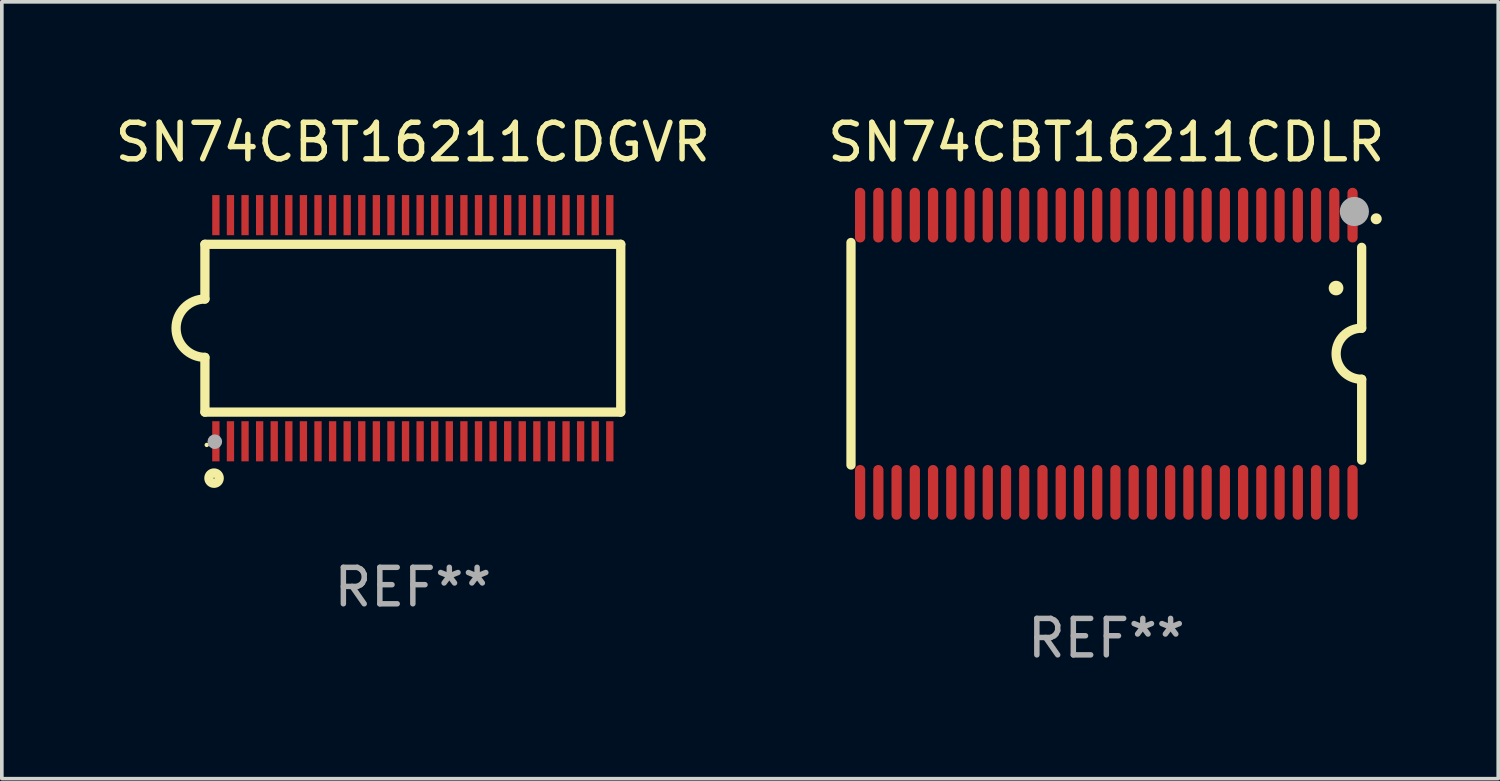
<source format=kicad_pcb>
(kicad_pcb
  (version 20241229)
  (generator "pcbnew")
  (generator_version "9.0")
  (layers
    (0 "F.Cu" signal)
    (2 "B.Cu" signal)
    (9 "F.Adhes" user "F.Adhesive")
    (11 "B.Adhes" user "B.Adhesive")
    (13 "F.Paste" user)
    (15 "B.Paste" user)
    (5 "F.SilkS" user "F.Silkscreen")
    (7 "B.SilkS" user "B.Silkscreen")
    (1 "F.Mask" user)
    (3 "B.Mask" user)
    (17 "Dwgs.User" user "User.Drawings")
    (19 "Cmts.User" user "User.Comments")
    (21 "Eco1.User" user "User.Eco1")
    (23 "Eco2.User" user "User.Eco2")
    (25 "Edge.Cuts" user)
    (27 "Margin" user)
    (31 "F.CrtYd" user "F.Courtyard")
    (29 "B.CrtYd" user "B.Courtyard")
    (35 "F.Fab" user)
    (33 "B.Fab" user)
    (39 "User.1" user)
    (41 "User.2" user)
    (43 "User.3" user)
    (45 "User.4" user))
  (footprint "SN74CBT16211CDGVR"
    (layer "F.Cu")
    (at 8.268 5.948)
    (property "Reference" "SN74CBT16211CDGVR" (at 0 -5.1 0) (layer "F.SilkS") (effects (font (size 1 1) (thickness 0.15))))
    (attr through_hole)
    (fp_line (start -5.7 -2.3) (end -5.7 -0.8) (stroke (width 0.254) (type solid)) (layer "F.SilkS"))
    (fp_line (start -5.7 -2.3) (end 5.7 -2.3) (stroke (width 0.254) (type solid)) (layer "F.SilkS"))
    (fp_line (start -5.7 2.3) (end -5.7 0.8) (stroke (width 0.254) (type solid)) (layer "F.SilkS"))
    (fp_line (start -5.7 2.3) (end 5.7 2.3) (stroke (width 0.254) (type solid)) (layer "F.SilkS"))
    (fp_line (start 5.7 -2.3) (end 5.7 2.3) (stroke (width 0.254) (type solid)) (layer "F.SilkS"))
    (fp_arc (start -5.700013 0.800025) (mid -6.500343 -0.000382) (end -5.699962 -0.800737) (stroke (width 0.254001) (type solid)) (layer "F.SilkS"))
    (fp_circle (center -5.65 3.2) (end -5.62 3.2) (stroke (width 0.06) (type solid)) (fill no) (layer "F.SilkS"))
    (fp_circle (center -5.45 4.11) (end -5.309 4.11) (stroke (width 0.254) (type solid)) (fill no) (layer "F.SilkS"))
    (fp_circle (center -5.43 3.11) (end -5.33 3.11) (stroke (width 0.2) (type solid)) (fill no) (layer "F.Fab"))
    (fp_text user "REF**" (at 0 7.1 0) (layer "F.Fab") (effects (font (size 1 1) (thickness 0.15))))
    (pad "1" smd rect (at -5.4 3.1) (size 0.2 1.1) (layers "F.Cu" "F.Mask" "F.Paste"))
    (pad "2" smd rect (at -5 3.1) (size 0.2 1.1) (layers "F.Cu" "F.Mask" "F.Paste"))
    (pad "3" smd rect (at -4.6 3.1) (size 0.2 1.1) (layers "F.Cu" "F.Mask" "F.Paste"))
    (pad "4" smd rect (at -4.2 3.1) (size 0.2 1.1) (layers "F.Cu" "F.Mask" "F.Paste"))
    (pad "5" smd rect (at -3.8 3.1) (size 0.2 1.1) (layers "F.Cu" "F.Mask" "F.Paste"))
    (pad "6" smd rect (at -3.4 3.1) (size 0.2 1.1) (layers "F.Cu" "F.Mask" "F.Paste"))
    (pad "7" smd rect (at -3 3.1) (size 0.2 1.1) (layers "F.Cu" "F.Mask" "F.Paste"))
    (pad "8" smd rect (at -2.6 3.1) (size 0.2 1.1) (layers "F.Cu" "F.Mask" "F.Paste"))
    (pad "9" smd rect (at -2.2 3.1) (size 0.2 1.1) (layers "F.Cu" "F.Mask" "F.Paste"))
    (pad "10" smd rect (at -1.8 3.1) (size 0.2 1.1) (layers "F.Cu" "F.Mask" "F.Paste"))
    (pad "11" smd rect (at -1.4 3.1) (size 0.2 1.1) (layers "F.Cu" "F.Mask" "F.Paste"))
    (pad "12" smd rect (at -1 3.1) (size 0.2 1.1) (layers "F.Cu" "F.Mask" "F.Paste"))
    (pad "13" smd rect (at -0.6 3.1) (size 0.2 1.1) (layers "F.Cu" "F.Mask" "F.Paste"))
    (pad "14" smd rect (at -0.2 3.1) (size 0.2 1.1) (layers "F.Cu" "F.Mask" "F.Paste"))
    (pad "15" smd rect (at 0.2 3.1) (size 0.2 1.1) (layers "F.Cu" "F.Mask" "F.Paste"))
    (pad "16" smd rect (at 0.6 3.1) (size 0.2 1.1) (layers "F.Cu" "F.Mask" "F.Paste"))
    (pad "17" smd rect (at 1 3.1) (size 0.2 1.1) (layers "F.Cu" "F.Mask" "F.Paste"))
    (pad "18" smd rect (at 1.4 3.1) (size 0.2 1.1) (layers "F.Cu" "F.Mask" "F.Paste"))
    (pad "19" smd rect (at 1.8 3.1) (size 0.2 1.1) (layers "F.Cu" "F.Mask" "F.Paste"))
    (pad "20" smd rect (at 2.2 3.1) (size 0.2 1.1) (layers "F.Cu" "F.Mask" "F.Paste"))
    (pad "21" smd rect (at 2.6 3.1) (size 0.2 1.1) (layers "F.Cu" "F.Mask" "F.Paste"))
    (pad "22" smd rect (at 3 3.1) (size 0.2 1.1) (layers "F.Cu" "F.Mask" "F.Paste"))
    (pad "23" smd rect (at 3.4 3.1) (size 0.2 1.1) (layers "F.Cu" "F.Mask" "F.Paste"))
    (pad "24" smd rect (at 3.8 3.1) (size 0.2 1.1) (layers "F.Cu" "F.Mask" "F.Paste"))
    (pad "25" smd rect (at 4.2 3.1) (size 0.2 1.1) (layers "F.Cu" "F.Mask" "F.Paste"))
    (pad "26" smd rect (at 4.6 3.1) (size 0.2 1.1) (layers "F.Cu" "F.Mask" "F.Paste"))
    (pad "27" smd rect (at 5 3.1) (size 0.2 1.1) (layers "F.Cu" "F.Mask" "F.Paste"))
    (pad "28" smd rect (at 5.4 3.1) (size 0.2 1.1) (layers "F.Cu" "F.Mask" "F.Paste"))
    (pad "29" smd rect (at 5.4 -3.1) (size 0.2 1.1) (layers "F.Cu" "F.Mask" "F.Paste"))
    (pad "30" smd rect (at 5 -3.1) (size 0.2 1.1) (layers "F.Cu" "F.Mask" "F.Paste"))
    (pad "31" smd rect (at 4.6 -3.1) (size 0.2 1.1) (layers "F.Cu" "F.Mask" "F.Paste"))
    (pad "32" smd rect (at 4.2 -3.1) (size 0.2 1.1) (layers "F.Cu" "F.Mask" "F.Paste"))
    (pad "33" smd rect (at 3.8 -3.1) (size 0.2 1.1) (layers "F.Cu" "F.Mask" "F.Paste"))
    (pad "34" smd rect (at 3.4 -3.1) (size 0.2 1.1) (layers "F.Cu" "F.Mask" "F.Paste"))
    (pad "35" smd rect (at 3 -3.1) (size 0.2 1.1) (layers "F.Cu" "F.Mask" "F.Paste"))
    (pad "36" smd rect (at 2.6 -3.1) (size 0.2 1.1) (layers "F.Cu" "F.Mask" "F.Paste"))
    (pad "37" smd rect (at 2.2 -3.1) (size 0.2 1.1) (layers "F.Cu" "F.Mask" "F.Paste"))
    (pad "38" smd rect (at 1.8 -3.1) (size 0.2 1.1) (layers "F.Cu" "F.Mask" "F.Paste"))
    (pad "39" smd rect (at 1.4 -3.1) (size 0.2 1.1) (layers "F.Cu" "F.Mask" "F.Paste"))
    (pad "40" smd rect (at 1 -3.1) (size 0.2 1.1) (layers "F.Cu" "F.Mask" "F.Paste"))
    (pad "41" smd rect (at 0.6 -3.1) (size 0.2 1.1) (layers "F.Cu" "F.Mask" "F.Paste"))
    (pad "42" smd rect (at 0.2 -3.1) (size 0.2 1.1) (layers "F.Cu" "F.Mask" "F.Paste"))
    (pad "43" smd rect (at -0.2 -3.1) (size 0.2 1.1) (layers "F.Cu" "F.Mask" "F.Paste"))
    (pad "44" smd rect (at -0.6 -3.1) (size 0.2 1.1) (layers "F.Cu" "F.Mask" "F.Paste"))
    (pad "45" smd rect (at -1 -3.1) (size 0.2 1.1) (layers "F.Cu" "F.Mask" "F.Paste"))
    (pad "46" smd rect (at -1.4 -3.1) (size 0.2 1.1) (layers "F.Cu" "F.Mask" "F.Paste"))
    (pad "47" smd rect (at -1.8 -3.1) (size 0.2 1.1) (layers "F.Cu" "F.Mask" "F.Paste"))
    (pad "48" smd rect (at -2.2 -3.1) (size 0.2 1.1) (layers "F.Cu" "F.Mask" "F.Paste"))
    (pad "49" smd rect (at -2.6 -3.1) (size 0.2 1.1) (layers "F.Cu" "F.Mask" "F.Paste"))
    (pad "50" smd rect (at -3 -3.1) (size 0.2 1.1) (layers "F.Cu" "F.Mask" "F.Paste"))
    (pad "51" smd rect (at -3.4 -3.1) (size 0.2 1.1) (layers "F.Cu" "F.Mask" "F.Paste"))
    (pad "52" smd rect (at -3.8 -3.1) (size 0.2 1.1) (layers "F.Cu" "F.Mask" "F.Paste"))
    (pad "53" smd rect (at -4.2 -3.1) (size 0.2 1.1) (layers "F.Cu" "F.Mask" "F.Paste"))
    (pad "54" smd rect (at -4.6 -3.1) (size 0.2 1.1) (layers "F.Cu" "F.Mask" "F.Paste"))
    (pad "55" smd rect (at -5 -3.1) (size 0.2 1.1) (layers "F.Cu" "F.Mask" "F.Paste"))
    (pad "56" smd rect (at -5.4 -3.1) (size 0.2 1.1) (layers "F.Cu" "F.Mask" "F.Paste")))
  (footprint "SN74CBT16211CDLR"
    (layer "F.Cu")
    (at 27.28 6.648)
    (property "Reference" "SN74CBT16211CDLR" (at 0 -5.8 0) (layer "F.SilkS") (effects (font (size 1 1) (thickness 0.15))))
    (attr through_hole)
    (fp_line (start -7 3.05) (end -7 -3.05) (stroke (width 0.254) (type solid)) (layer "F.SilkS"))
    (fp_line (start 7 -2.917) (end 7 -0.7) (stroke (width 0.254) (type solid)) (layer "F.SilkS"))
    (fp_line (start 7 2.917) (end 7 0.7) (stroke (width 0.254) (type solid)) (layer "F.SilkS"))
    (fp_arc (start 6.296673 -1.800889) (mid 6.297943 -1.800893) (end 6.299213 -1.800889) (stroke (width 0.4) (type solid)) (layer "F.SilkS"))
    (fp_arc (start 7.000025 0.699975) (mid 6.299746 -0.000661) (end 7.000255 -0.701067) (stroke (width 0.254001) (type solid)) (layer "F.SilkS"))
    (fp_arc (start 7.397485 -3.700025) (mid 7.398755 -3.70003) (end 7.400025 -3.700025) (stroke (width 0.3) (type solid)) (layer "F.SilkS"))
    (fp_circle (center 7 -4.05) (end 7.03 -4.05) (stroke (width 0.06) (type solid)) (fill no) (layer "F.SilkS"))
    (fp_circle (center 6.8 -3.9) (end 7 -3.9) (stroke (width 0.4) (type solid)) (fill no) (layer "F.Fab"))
    (fp_text user "REF**" (at 0 7.8 0) (layer "F.Fab") (effects (font (size 1 1) (thickness 0.15))))
    (pad "1" smd oval (at 6.75 -3.8 180) (size 0.28 1.5) (layers "F.Cu" "F.Mask" "F.Paste"))
    (pad "2" smd oval (at 6.25 -3.8 180) (size 0.28 1.5) (layers "F.Cu" "F.Mask" "F.Paste"))
    (pad "3" smd oval (at 5.75 -3.8 180) (size 0.28 1.5) (layers "F.Cu" "F.Mask" "F.Paste"))
    (pad "4" smd oval (at 5.25 -3.8 180) (size 0.28 1.5) (layers "F.Cu" "F.Mask" "F.Paste"))
    (pad "5" smd oval (at 4.75 -3.8 180) (size 0.28 1.5) (layers "F.Cu" "F.Mask" "F.Paste"))
    (pad "6" smd oval (at 4.25 -3.8 180) (size 0.28 1.5) (layers "F.Cu" "F.Mask" "F.Paste"))
    (pad "7" smd oval (at 3.75 -3.8 180) (size 0.28 1.5) (layers "F.Cu" "F.Mask" "F.Paste"))
    (pad "8" smd oval (at 3.25 -3.8 180) (size 0.28 1.5) (layers "F.Cu" "F.Mask" "F.Paste"))
    (pad "9" smd oval (at 2.75 -3.8 180) (size 0.28 1.5) (layers "F.Cu" "F.Mask" "F.Paste"))
    (pad "10" smd oval (at 2.25 -3.8 180) (size 0.28 1.5) (layers "F.Cu" "F.Mask" "F.Paste"))
    (pad "11" smd oval (at 1.75 -3.8 180) (size 0.28 1.5) (layers "F.Cu" "F.Mask" "F.Paste"))
    (pad "12" smd oval (at 1.25 -3.8 180) (size 0.28 1.5) (layers "F.Cu" "F.Mask" "F.Paste"))
    (pad "13" smd oval (at 0.75 -3.8 180) (size 0.28 1.5) (layers "F.Cu" "F.Mask" "F.Paste"))
    (pad "14" smd oval (at 0.25 -3.8 180) (size 0.28 1.5) (layers "F.Cu" "F.Mask" "F.Paste"))
    (pad "15" smd oval (at -0.25 -3.8 180) (size 0.28 1.5) (layers "F.Cu" "F.Mask" "F.Paste"))
    (pad "16" smd oval (at -0.75 -3.8 180) (size 0.28 1.5) (layers "F.Cu" "F.Mask" "F.Paste"))
    (pad "17" smd oval (at -1.25 -3.8 180) (size 0.28 1.5) (layers "F.Cu" "F.Mask" "F.Paste"))
    (pad "18" smd oval (at -1.75 -3.8 180) (size 0.28 1.5) (layers "F.Cu" "F.Mask" "F.Paste"))
    (pad "19" smd oval (at -2.25 -3.8 180) (size 0.28 1.5) (layers "F.Cu" "F.Mask" "F.Paste"))
    (pad "20" smd oval (at -2.75 -3.8 180) (size 0.28 1.5) (layers "F.Cu" "F.Mask" "F.Paste"))
    (pad "21" smd oval (at -3.25 -3.8 180) (size 0.28 1.5) (layers "F.Cu" "F.Mask" "F.Paste"))
    (pad "22" smd oval (at -3.75 -3.8 180) (size 0.28 1.5) (layers "F.Cu" "F.Mask" "F.Paste"))
    (pad "23" smd oval (at -4.25 -3.8 180) (size 0.28 1.5) (layers "F.Cu" "F.Mask" "F.Paste"))
    (pad "24" smd oval (at -4.75 -3.8 180) (size 0.28 1.5) (layers "F.Cu" "F.Mask" "F.Paste"))
    (pad "25" smd oval (at -5.25 -3.8 180) (size 0.28 1.5) (layers "F.Cu" "F.Mask" "F.Paste"))
    (pad "26" smd oval (at -5.75 -3.8 180) (size 0.28 1.5) (layers "F.Cu" "F.Mask" "F.Paste"))
    (pad "27" smd oval (at -6.25 -3.8 180) (size 0.28 1.5) (layers "F.Cu" "F.Mask" "F.Paste"))
    (pad "28" smd oval (at -6.75 -3.8 180) (size 0.28 1.5) (layers "F.Cu" "F.Mask" "F.Paste"))
    (pad "29" smd oval (at -6.75 3.8 180) (size 0.28 1.5) (layers "F.Cu" "F.Mask" "F.Paste"))
    (pad "30" smd oval (at -6.25 3.8 180) (size 0.28 1.5) (layers "F.Cu" "F.Mask" "F.Paste"))
    (pad "31" smd oval (at -5.75 3.8 180) (size 0.28 1.5) (layers "F.Cu" "F.Mask" "F.Paste"))
    (pad "32" smd oval (at -5.25 3.8 180) (size 0.28 1.5) (layers "F.Cu" "F.Mask" "F.Paste"))
    (pad "33" smd oval (at -4.75 3.8 180) (size 0.28 1.5) (layers "F.Cu" "F.Mask" "F.Paste"))
    (pad "34" smd oval (at -4.25 3.8 180) (size 0.28 1.5) (layers "F.Cu" "F.Mask" "F.Paste"))
    (pad "35" smd oval (at -3.75 3.8 180) (size 0.28 1.5) (layers "F.Cu" "F.Mask" "F.Paste"))
    (pad "36" smd oval (at -3.25 3.8 180) (size 0.28 1.5) (layers "F.Cu" "F.Mask" "F.Paste"))
    (pad "37" smd oval (at -2.75 3.8 180) (size 0.28 1.5) (layers "F.Cu" "F.Mask" "F.Paste"))
    (pad "38" smd oval (at -2.25 3.8 180) (size 0.28 1.5) (layers "F.Cu" "F.Mask" "F.Paste"))
    (pad "39" smd oval (at -1.75 3.8 180) (size 0.28 1.5) (layers "F.Cu" "F.Mask" "F.Paste"))
    (pad "40" smd oval (at -1.25 3.8 180) (size 0.28 1.5) (layers "F.Cu" "F.Mask" "F.Paste"))
    (pad "41" smd oval (at -0.75 3.8 180) (size 0.28 1.5) (layers "F.Cu" "F.Mask" "F.Paste"))
    (pad "42" smd oval (at -0.25 3.8 180) (size 0.28 1.5) (layers "F.Cu" "F.Mask" "F.Paste"))
    (pad "43" smd oval (at 0.25 3.8 180) (size 0.28 1.5) (layers "F.Cu" "F.Mask" "F.Paste"))
    (pad "44" smd oval (at 0.75 3.8 180) (size 0.28 1.5) (layers "F.Cu" "F.Mask" "F.Paste"))
    (pad "45" smd oval (at 1.25 3.8 180) (size 0.28 1.5) (layers "F.Cu" "F.Mask" "F.Paste"))
    (pad "46" smd oval (at 1.75 3.8 180) (size 0.28 1.5) (layers "F.Cu" "F.Mask" "F.Paste"))
    (pad "47" smd oval (at 2.25 3.8 180) (size 0.28 1.5) (layers "F.Cu" "F.Mask" "F.Paste"))
    (pad "48" smd oval (at 2.75 3.8 180) (size 0.28 1.5) (layers "F.Cu" "F.Mask" "F.Paste"))
    (pad "49" smd oval (at 3.25 3.8 180) (size 0.28 1.5) (layers "F.Cu" "F.Mask" "F.Paste"))
    (pad "50" smd oval (at 3.75 3.8 180) (size 0.28 1.5) (layers "F.Cu" "F.Mask" "F.Paste"))
    (pad "51" smd oval (at 4.25 3.8 180) (size 0.28 1.5) (layers "F.Cu" "F.Mask" "F.Paste"))
    (pad "52" smd oval (at 4.75 3.8 180) (size 0.28 1.5) (layers "F.Cu" "F.Mask" "F.Paste"))
    (pad "53" smd oval (at 5.25 3.8 180) (size 0.28 1.5) (layers "F.Cu" "F.Mask" "F.Paste"))
    (pad "54" smd oval (at 5.75 3.8 180) (size 0.28 1.5) (layers "F.Cu" "F.Mask" "F.Paste"))
    (pad "55" smd oval (at 6.25 3.8 180) (size 0.28 1.5) (layers "F.Cu" "F.Mask" "F.Paste"))
    (pad "56" smd oval (at 6.75 3.8 180) (size 0.28 1.5) (layers "F.Cu" "F.Mask" "F.Paste")))
  (gr_rect
    (start -3 -3)
    (end 38.024 18.297)
    (stroke (width 0.1) (type default))
    (fill no)
    (layer "Edge.Cuts")))
</source>
